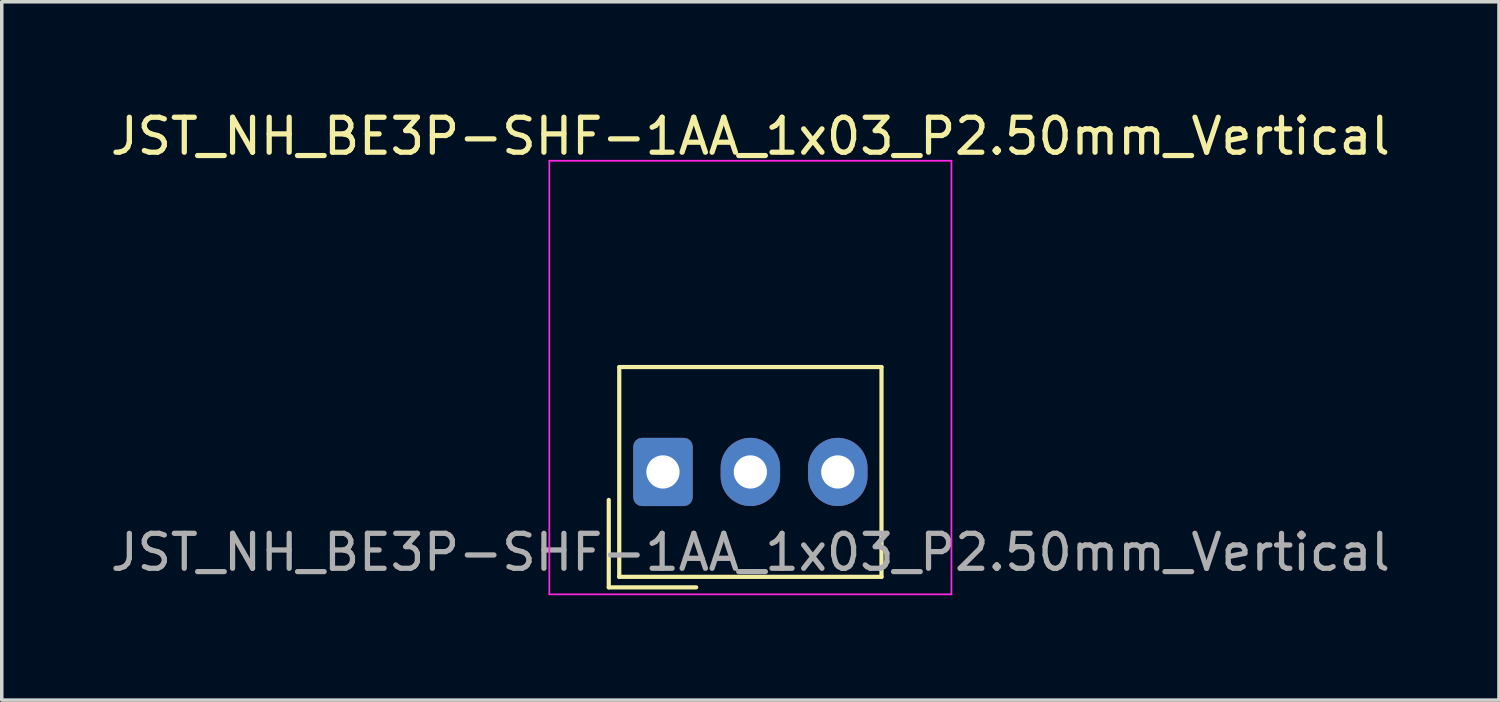
<source format=kicad_pcb>
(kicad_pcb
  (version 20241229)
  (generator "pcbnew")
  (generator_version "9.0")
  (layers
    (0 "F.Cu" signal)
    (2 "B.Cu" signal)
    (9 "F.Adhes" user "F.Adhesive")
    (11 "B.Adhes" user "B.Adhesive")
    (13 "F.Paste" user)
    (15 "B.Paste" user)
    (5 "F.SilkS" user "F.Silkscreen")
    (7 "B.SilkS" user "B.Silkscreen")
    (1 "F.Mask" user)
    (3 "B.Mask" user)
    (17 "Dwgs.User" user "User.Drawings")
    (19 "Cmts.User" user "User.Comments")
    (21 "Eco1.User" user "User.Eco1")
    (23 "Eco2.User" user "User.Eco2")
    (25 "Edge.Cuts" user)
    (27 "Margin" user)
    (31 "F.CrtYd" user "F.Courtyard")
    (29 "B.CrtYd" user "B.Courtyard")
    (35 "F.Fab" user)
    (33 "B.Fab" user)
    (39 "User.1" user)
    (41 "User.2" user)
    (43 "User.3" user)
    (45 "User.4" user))
  (footprint "JST_NH_BE3P-SHF-1AA_1x03_P2.50mm_Vertical"
    (layer "F.Cu")
    (at 15.911 10.448)
    (property "Reference" "JST_NH_BE3P-SHF-1AA_1x03_P2.50mm_Vertical" (at 2.5 -9.6 0) (layer "F.SilkS") (effects (font (size 1 1) (thickness 0.15))))
    (attr through_hole)
    (fp_line (start -1.55 0.8) (end -1.55 3.3) (stroke (width 0.12) (type solid)) (layer "F.SilkS"))
    (fp_line (start -1.55 3.3) (end 0.95 3.3) (stroke (width 0.12) (type solid)) (layer "F.SilkS"))
    (fp_line (start -1.25 -3) (end -1.25 3) (stroke (width 0.12) (type solid)) (layer "F.SilkS"))
    (fp_line (start -1.25 3) (end 6.25 3) (stroke (width 0.12) (type solid)) (layer "F.SilkS"))
    (fp_line (start 6.25 -3) (end -1.25 -3) (stroke (width 0.12) (type solid)) (layer "F.SilkS"))
    (fp_line (start 6.25 3) (end 6.25 -3) (stroke (width 0.12) (type solid)) (layer "F.SilkS"))
    (fp_line (start -3.25 -8.9) (end -3.25 3.5) (stroke (width 0.05) (type solid)) (layer "F.CrtYd"))
    (fp_line (start -3.25 3.5) (end 8.25 3.5) (stroke (width 0.05) (type solid)) (layer "F.CrtYd"))
    (fp_line (start 8.25 -8.9) (end -3.25 -8.9) (stroke (width 0.05) (type solid)) (layer "F.CrtYd"))
    (fp_line (start 8.25 3.5) (end 8.25 -8.9) (stroke (width 0.05) (type solid)) (layer "F.CrtYd"))
    (fp_text user "${REFERENCE}" (at 2.5 2.3 0) (layer "F.Fab") (effects (font (size 1 1) (thickness 0.15))))
    (pad "1" thru_hole roundrect (at 0 0) (size 1.7 1.95) (drill 0.95) (layers "*.Cu" "*.Mask") (roundrect_rratio 0.147))
    (pad "2" thru_hole oval (at 2.5 0) (size 1.7 1.95) (drill 0.95) (layers "*.Cu" "*.Mask"))
    (pad "3" thru_hole oval (at 5 0) (size 1.7 1.95) (drill 0.95) (layers "*.Cu" "*.Mask")))
  (gr_rect
    (start -3 -3)
    (end 39.821 16.973)
    (stroke (width 0.1) (type default))
    (fill no)
    (layer "Edge.Cuts")))
</source>
